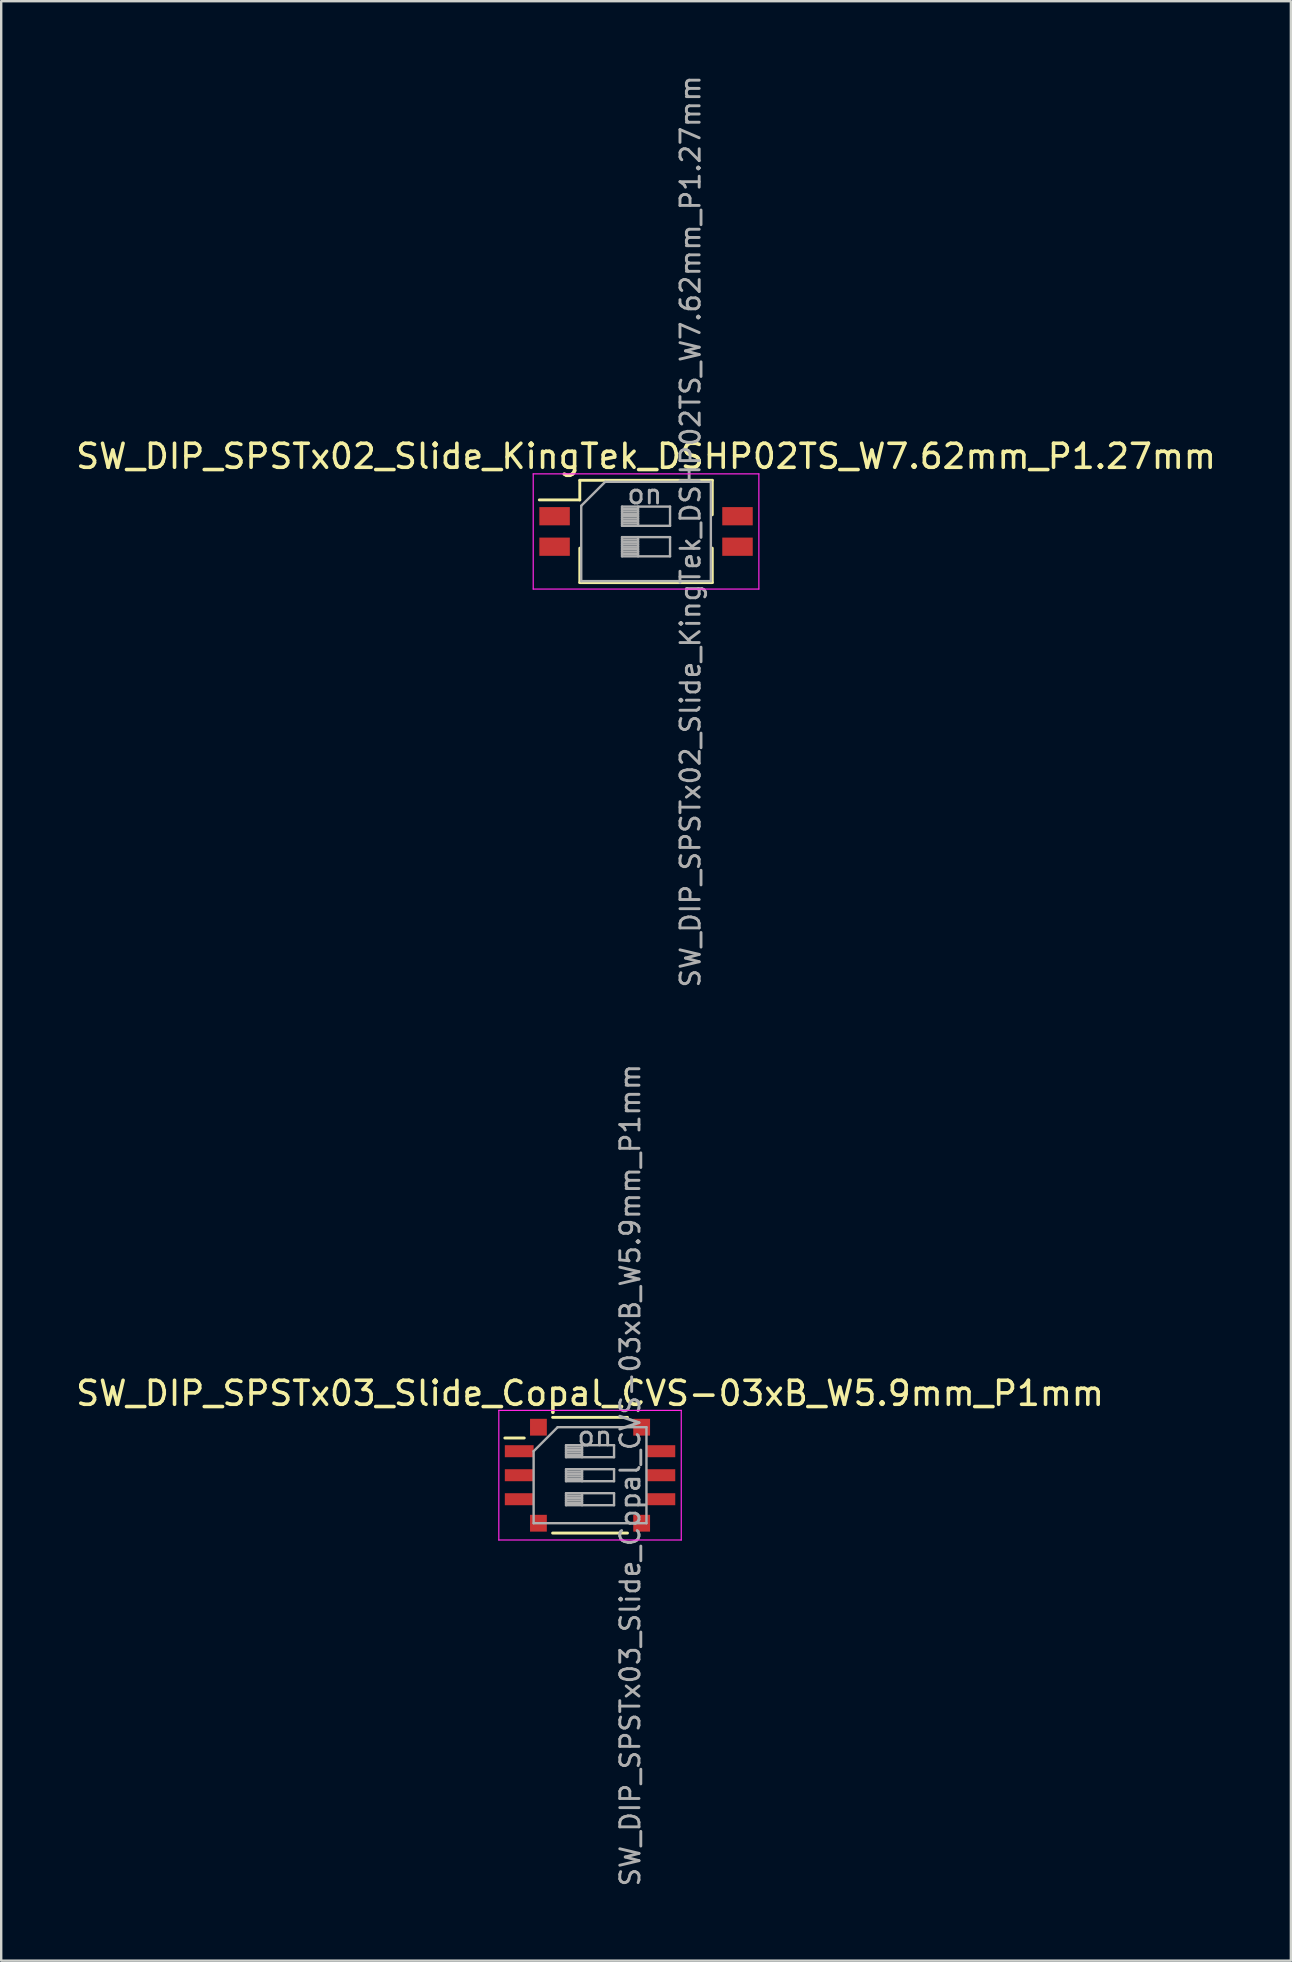
<source format=kicad_pcb>
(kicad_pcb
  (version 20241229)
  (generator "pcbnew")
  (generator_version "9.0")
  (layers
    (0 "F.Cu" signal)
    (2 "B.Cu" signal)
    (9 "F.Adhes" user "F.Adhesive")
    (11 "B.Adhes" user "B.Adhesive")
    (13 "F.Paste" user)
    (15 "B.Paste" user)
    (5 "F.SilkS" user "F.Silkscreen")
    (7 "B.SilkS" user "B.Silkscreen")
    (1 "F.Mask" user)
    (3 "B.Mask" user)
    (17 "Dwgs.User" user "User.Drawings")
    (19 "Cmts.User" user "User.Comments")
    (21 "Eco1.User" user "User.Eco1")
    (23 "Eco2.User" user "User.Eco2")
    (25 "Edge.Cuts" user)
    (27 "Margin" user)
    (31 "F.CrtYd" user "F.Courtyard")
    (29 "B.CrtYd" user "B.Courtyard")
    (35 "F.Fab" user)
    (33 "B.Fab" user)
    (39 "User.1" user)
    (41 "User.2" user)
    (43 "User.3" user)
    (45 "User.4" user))
  (footprint "SW_DIP_SPSTx03_Slide_Copal_CVS-03xB_W5.9mm_P1mm"
    (layer "F.Cu")
    (at 21.53 58.405)
    (property "Reference" "SW_DIP_SPSTx03_Slide_Copal_CVS-03xB_W5.9mm_P1mm" (at 0 -3.41 0) (layer "F.SilkS") (effects (font (size 1 1) (thickness 0.15))))
    (attr smd)
    (fp_line (start -3.55 -1.55) (end -2.739 -1.55) (stroke (width 0.12) (type solid)) (layer "F.SilkS"))
    (fp_line (start -1.56 -2.41) (end 1.561 -2.41) (stroke (width 0.12) (type solid)) (layer "F.SilkS"))
    (fp_line (start -1.56 2.41) (end 1.561 2.41) (stroke (width 0.12) (type solid)) (layer "F.SilkS"))
    (fp_line (start -3.8 -2.7) (end -3.8 2.7) (stroke (width 0.05) (type solid)) (layer "F.CrtYd"))
    (fp_line (start -3.8 2.7) (end 3.8 2.7) (stroke (width 0.05) (type solid)) (layer "F.CrtYd"))
    (fp_line (start 3.8 -2.7) (end -3.8 -2.7) (stroke (width 0.05) (type solid)) (layer "F.CrtYd"))
    (fp_line (start 3.8 2.7) (end 3.8 -2.7) (stroke (width 0.05) (type solid)) (layer "F.CrtYd"))
    (fp_line (start -2.35 -1) (end -1.35 -2) (stroke (width 0.1) (type solid)) (layer "F.Fab"))
    (fp_line (start -2.35 2) (end -2.35 -1) (stroke (width 0.1) (type solid)) (layer "F.Fab"))
    (fp_line (start -1.35 -2) (end 2.35 -2) (stroke (width 0.1) (type solid)) (layer "F.Fab"))
    (fp_line (start -1 -1.25) (end -1 -0.75) (stroke (width 0.1) (type solid)) (layer "F.Fab"))
    (fp_line (start -1 -1.15) (end -0.333 -1.15) (stroke (width 0.1) (type solid)) (layer "F.Fab"))
    (fp_line (start -1 -1.05) (end -0.333 -1.05) (stroke (width 0.1) (type solid)) (layer "F.Fab"))
    (fp_line (start -1 -0.95) (end -0.333 -0.95) (stroke (width 0.1) (type solid)) (layer "F.Fab"))
    (fp_line (start -1 -0.85) (end -0.333 -0.85) (stroke (width 0.1) (type solid)) (layer "F.Fab"))
    (fp_line (start -1 -0.75) (end 1 -0.75) (stroke (width 0.1) (type solid)) (layer "F.Fab"))
    (fp_line (start -1 -0.25) (end -1 0.25) (stroke (width 0.1) (type solid)) (layer "F.Fab"))
    (fp_line (start -1 -0.15) (end -0.333 -0.15) (stroke (width 0.1) (type solid)) (layer "F.Fab"))
    (fp_line (start -1 -0.05) (end -0.333 -0.05) (stroke (width 0.1) (type solid)) (layer "F.Fab"))
    (fp_line (start -1 0.05) (end -0.333 0.05) (stroke (width 0.1) (type solid)) (layer "F.Fab"))
    (fp_line (start -1 0.15) (end -0.333 0.15) (stroke (width 0.1) (type solid)) (layer "F.Fab"))
    (fp_line (start -1 0.25) (end 1 0.25) (stroke (width 0.1) (type solid)) (layer "F.Fab"))
    (fp_line (start -1 0.75) (end -1 1.25) (stroke (width 0.1) (type solid)) (layer "F.Fab"))
    (fp_line (start -1 0.85) (end -0.333 0.85) (stroke (width 0.1) (type solid)) (layer "F.Fab"))
    (fp_line (start -1 0.95) (end -0.333 0.95) (stroke (width 0.1) (type solid)) (layer "F.Fab"))
    (fp_line (start -1 1.05) (end -0.333 1.05) (stroke (width 0.1) (type solid)) (layer "F.Fab"))
    (fp_line (start -1 1.15) (end -0.333 1.15) (stroke (width 0.1) (type solid)) (layer "F.Fab"))
    (fp_line (start -1 1.25) (end 1 1.25) (stroke (width 0.1) (type solid)) (layer "F.Fab"))
    (fp_line (start -0.333 -1.25) (end -0.333 -0.75) (stroke (width 0.1) (type solid)) (layer "F.Fab"))
    (fp_line (start -0.333 -0.25) (end -0.333 0.25) (stroke (width 0.1) (type solid)) (layer "F.Fab"))
    (fp_line (start -0.333 0.75) (end -0.333 1.25) (stroke (width 0.1) (type solid)) (layer "F.Fab"))
    (fp_line (start 1 -1.25) (end -1 -1.25) (stroke (width 0.1) (type solid)) (layer "F.Fab"))
    (fp_line (start 1 -0.75) (end 1 -1.25) (stroke (width 0.1) (type solid)) (layer "F.Fab"))
    (fp_line (start 1 -0.25) (end -1 -0.25) (stroke (width 0.1) (type solid)) (layer "F.Fab"))
    (fp_line (start 1 0.25) (end 1 -0.25) (stroke (width 0.1) (type solid)) (layer "F.Fab"))
    (fp_line (start 1 0.75) (end -1 0.75) (stroke (width 0.1) (type solid)) (layer "F.Fab"))
    (fp_line (start 1 1.25) (end 1 0.75) (stroke (width 0.1) (type solid)) (layer "F.Fab"))
    (fp_line (start 2.35 -2) (end 2.35 2) (stroke (width 0.1) (type solid)) (layer "F.Fab"))
    (fp_line (start 2.35 2) (end -2.35 2) (stroke (width 0.1) (type solid)) (layer "F.Fab"))
    (fp_text user "${REFERENCE}" (at 1.675 0 90) (layer "F.Fab") (effects (font (size 0.8 0.8) (thickness 0.12))))
    (fp_text user "on" (at 0.2 -1.625 0) (layer "F.Fab") (effects (font (size 0.8 0.8) (thickness 0.12))))
    (pad "1" smd rect (at -2.95 -1) (size 1.2 0.5) (layers "F.Cu" "F.Mask" "F.Paste"))
    (pad "2" smd rect (at -2.95 0) (size 1.2 0.5) (layers "F.Cu" "F.Mask" "F.Paste"))
    (pad "3" smd rect (at -2.95 1) (size 1.2 0.5) (layers "F.Cu" "F.Mask" "F.Paste"))
    (pad "4" smd rect (at 2.95 1) (size 1.2 0.5) (layers "F.Cu" "F.Mask" "F.Paste"))
    (pad "5" smd rect (at 2.95 0) (size 1.2 0.5) (layers "F.Cu" "F.Mask" "F.Paste"))
    (pad "6" smd rect (at 2.95 -1) (size 1.2 0.5) (layers "F.Cu" "F.Mask" "F.Paste"))
    (pad "7" smd rect (at -2.15 -2) (size 0.7 0.7) (layers "F.Cu" "F.Mask" "F.Paste"))
    (pad "7" smd rect (at -2.15 2) (size 0.7 0.7) (layers "F.Cu" "F.Mask" "F.Paste"))
    (pad "7" smd rect (at 2.15 -2) (size 0.7 0.7) (layers "F.Cu" "F.Mask" "F.Paste"))
    (pad "7" smd rect (at 2.15 2) (size 0.7 0.7) (layers "F.Cu" "F.Mask" "F.Paste")))
  (footprint "SW_DIP_SPSTx02_Slide_KingTek_DSHP02TS_W7.62mm_P1.27mm"
    (layer "F.Cu")
    (at 23.863 19.09)
    (property "Reference" "SW_DIP_SPSTx02_Slide_KingTek_DSHP02TS_W7.62mm_P1.27mm" (at 0 -3.13 0) (layer "F.SilkS") (effects (font (size 1 1) (thickness 0.15))))
    (attr smd)
    (fp_line (start -4.446 -1.315) (end -2.76 -1.315) (stroke (width 0.12) (type solid)) (layer "F.SilkS"))
    (fp_line (start -2.76 -2.131) (end -2.76 -1.315) (stroke (width 0.12) (type solid)) (layer "F.SilkS"))
    (fp_line (start -2.76 -2.131) (end 2.76 -2.131) (stroke (width 0.12) (type solid)) (layer "F.SilkS"))
    (fp_line (start -2.76 0.695) (end -2.76 2.13) (stroke (width 0.12) (type solid)) (layer "F.SilkS"))
    (fp_line (start -2.76 2.13) (end 2.76 2.13) (stroke (width 0.12) (type solid)) (layer "F.SilkS"))
    (fp_line (start 2.76 -2.131) (end 2.76 -0.696) (stroke (width 0.12) (type solid)) (layer "F.SilkS"))
    (fp_line (start 2.76 0.695) (end 2.76 2.13) (stroke (width 0.12) (type solid)) (layer "F.SilkS"))
    (fp_line (start -4.7 -2.4) (end -4.7 2.4) (stroke (width 0.05) (type solid)) (layer "F.CrtYd"))
    (fp_line (start -4.7 2.4) (end 4.7 2.4) (stroke (width 0.05) (type solid)) (layer "F.CrtYd"))
    (fp_line (start 4.7 -2.4) (end -4.7 -2.4) (stroke (width 0.05) (type solid)) (layer "F.CrtYd"))
    (fp_line (start 4.7 2.4) (end 4.7 -2.4) (stroke (width 0.05) (type solid)) (layer "F.CrtYd"))
    (fp_line (start -2.7 -1.07) (end -1.7 -2.07) (stroke (width 0.1) (type solid)) (layer "F.Fab"))
    (fp_line (start -2.7 2.07) (end -2.7 -1.07) (stroke (width 0.1) (type solid)) (layer "F.Fab"))
    (fp_line (start -1.7 -2.07) (end 2.7 -2.07) (stroke (width 0.1) (type solid)) (layer "F.Fab"))
    (fp_line (start -1 -1.035) (end -1 -0.235) (stroke (width 0.1) (type solid)) (layer "F.Fab"))
    (fp_line (start -1 -0.935) (end -0.333 -0.935) (stroke (width 0.1) (type solid)) (layer "F.Fab"))
    (fp_line (start -1 -0.835) (end -0.333 -0.835) (stroke (width 0.1) (type solid)) (layer "F.Fab"))
    (fp_line (start -1 -0.735) (end -0.333 -0.735) (stroke (width 0.1) (type solid)) (layer "F.Fab"))
    (fp_line (start -1 -0.635) (end -0.333 -0.635) (stroke (width 0.1) (type solid)) (layer "F.Fab"))
    (fp_line (start -1 -0.535) (end -0.333 -0.535) (stroke (width 0.1) (type solid)) (layer "F.Fab"))
    (fp_line (start -1 -0.435) (end -0.333 -0.435) (stroke (width 0.1) (type solid)) (layer "F.Fab"))
    (fp_line (start -1 -0.335) (end -0.333 -0.335) (stroke (width 0.1) (type solid)) (layer "F.Fab"))
    (fp_line (start -1 -0.235) (end 1 -0.235) (stroke (width 0.1) (type solid)) (layer "F.Fab"))
    (fp_line (start -1 0.235) (end -1 1.035) (stroke (width 0.1) (type solid)) (layer "F.Fab"))
    (fp_line (start -1 0.335) (end -0.333 0.335) (stroke (width 0.1) (type solid)) (layer "F.Fab"))
    (fp_line (start -1 0.435) (end -0.333 0.435) (stroke (width 0.1) (type solid)) (layer "F.Fab"))
    (fp_line (start -1 0.535) (end -0.333 0.535) (stroke (width 0.1) (type solid)) (layer "F.Fab"))
    (fp_line (start -1 0.635) (end -0.333 0.635) (stroke (width 0.1) (type solid)) (layer "F.Fab"))
    (fp_line (start -1 0.735) (end -0.333 0.735) (stroke (width 0.1) (type solid)) (layer "F.Fab"))
    (fp_line (start -1 0.835) (end -0.333 0.835) (stroke (width 0.1) (type solid)) (layer "F.Fab"))
    (fp_line (start -1 0.935) (end -0.333 0.935) (stroke (width 0.1) (type solid)) (layer "F.Fab"))
    (fp_line (start -1 1.035) (end 1 1.035) (stroke (width 0.1) (type solid)) (layer "F.Fab"))
    (fp_line (start -0.333 -1.035) (end -0.333 -0.235) (stroke (width 0.1) (type solid)) (layer "F.Fab"))
    (fp_line (start -0.333 0.235) (end -0.333 1.035) (stroke (width 0.1) (type solid)) (layer "F.Fab"))
    (fp_line (start 1 -1.035) (end -1 -1.035) (stroke (width 0.1) (type solid)) (layer "F.Fab"))
    (fp_line (start 1 -0.235) (end 1 -1.035) (stroke (width 0.1) (type solid)) (layer "F.Fab"))
    (fp_line (start 1 0.235) (end -1 0.235) (stroke (width 0.1) (type solid)) (layer "F.Fab"))
    (fp_line (start 1 1.035) (end 1 0.235) (stroke (width 0.1) (type solid)) (layer "F.Fab"))
    (fp_line (start 2.7 -2.07) (end 2.7 2.07) (stroke (width 0.1) (type solid)) (layer "F.Fab"))
    (fp_line (start 2.7 2.07) (end -2.7 2.07) (stroke (width 0.1) (type solid)) (layer "F.Fab"))
    (fp_text user "${REFERENCE}" (at 1.85 0 90) (layer "F.Fab") (effects (font (size 0.8 0.8) (thickness 0.12))))
    (fp_text user "on" (at -0.055 -1.552 0) (layer "F.Fab") (effects (font (size 0.8 0.8) (thickness 0.12))))
    (pad "1" smd rect (at -3.81 -0.635) (size 1.27 0.76) (layers "F.Cu" "F.Mask" "F.Paste"))
    (pad "2" smd rect (at -3.81 0.635) (size 1.27 0.76) (layers "F.Cu" "F.Mask" "F.Paste"))
    (pad "3" smd rect (at 3.81 0.635) (size 1.27 0.76) (layers "F.Cu" "F.Mask" "F.Paste"))
    (pad "4" smd rect (at 3.81 -0.635) (size 1.27 0.76) (layers "F.Cu" "F.Mask" "F.Paste")))
  (gr_rect
    (start -3 -3)
    (end 50.726 78.629)
    (stroke (width 0.1) (type default))
    (fill no)
    (layer "Edge.Cuts")))
</source>
